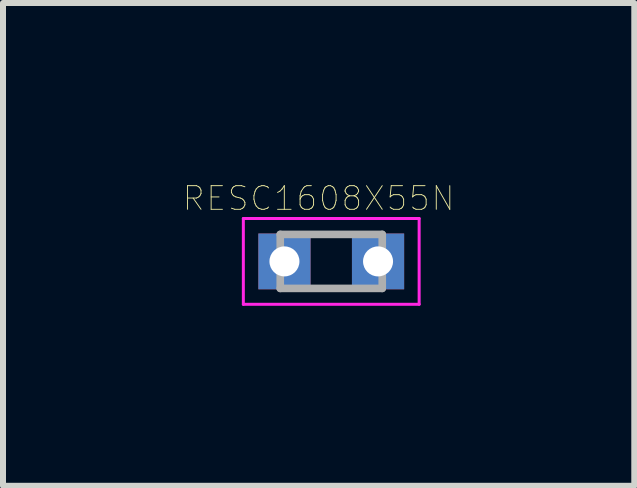
<source format=kicad_pcb>
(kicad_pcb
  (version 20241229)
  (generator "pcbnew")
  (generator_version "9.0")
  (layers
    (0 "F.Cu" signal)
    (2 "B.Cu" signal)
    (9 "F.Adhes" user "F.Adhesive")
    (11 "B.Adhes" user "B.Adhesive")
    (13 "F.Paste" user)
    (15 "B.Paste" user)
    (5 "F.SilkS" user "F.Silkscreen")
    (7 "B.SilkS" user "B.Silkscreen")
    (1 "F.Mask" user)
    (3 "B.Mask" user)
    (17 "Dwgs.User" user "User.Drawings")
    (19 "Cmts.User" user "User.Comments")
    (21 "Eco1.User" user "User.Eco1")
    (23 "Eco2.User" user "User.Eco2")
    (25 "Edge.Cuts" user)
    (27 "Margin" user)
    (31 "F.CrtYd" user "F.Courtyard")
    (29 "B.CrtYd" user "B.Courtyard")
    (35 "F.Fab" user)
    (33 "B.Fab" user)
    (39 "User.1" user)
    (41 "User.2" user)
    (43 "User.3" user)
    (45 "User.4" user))
  (footprint "RESC1608X55N"
    (layer "F.Cu")
    (at 2.471 1.307)
    (property "Reference" "RESC1608X55N" (at -0.21 -1.05 0) (layer "F.SilkS") (effects (font (size 0.394 0.394) (thickness 0.015))))
    (attr through_hole)
    (fp_line (start -1.465 -0.715) (end 1.465 -0.715) (stroke (width 0.05) (type solid)) (layer "F.CrtYd"))
    (fp_line (start -1.465 0.715) (end -1.465 -0.715) (stroke (width 0.05) (type solid)) (layer "F.CrtYd"))
    (fp_line (start -1.465 0.715) (end 1.465 0.715) (stroke (width 0.05) (type solid)) (layer "F.CrtYd"))
    (fp_line (start 1.465 0.715) (end 1.465 -0.715) (stroke (width 0.05) (type solid)) (layer "F.CrtYd"))
    (fp_line (start -0.85 0.45) (end -0.85 -0.45) (stroke (width 0.127) (type solid)) (layer "F.Fab"))
    (fp_line (start 0.85 -0.45) (end -0.85 -0.45) (stroke (width 0.127) (type solid)) (layer "F.Fab"))
    (fp_line (start 0.85 0.45) (end -0.85 0.45) (stroke (width 0.127) (type solid)) (layer "F.Fab"))
    (fp_line (start 0.85 0.45) (end 0.85 -0.45) (stroke (width 0.127) (type solid)) (layer "F.Fab"))
    (pad "1" thru_hole rect (at -0.78 0) (size 0.87 0.93) (drill 0.5) (layers "*.Cu" "*.Mask"))
    (pad "2" thru_hole rect (at 0.78 0) (size 0.87 0.93) (drill 0.5) (layers "*.Cu" "*.Mask")))
  (gr_rect
    (start -3 -3)
    (end 7.522 5.047)
    (stroke (width 0.1) (type default))
    (fill no)
    (layer "Edge.Cuts")))
</source>
